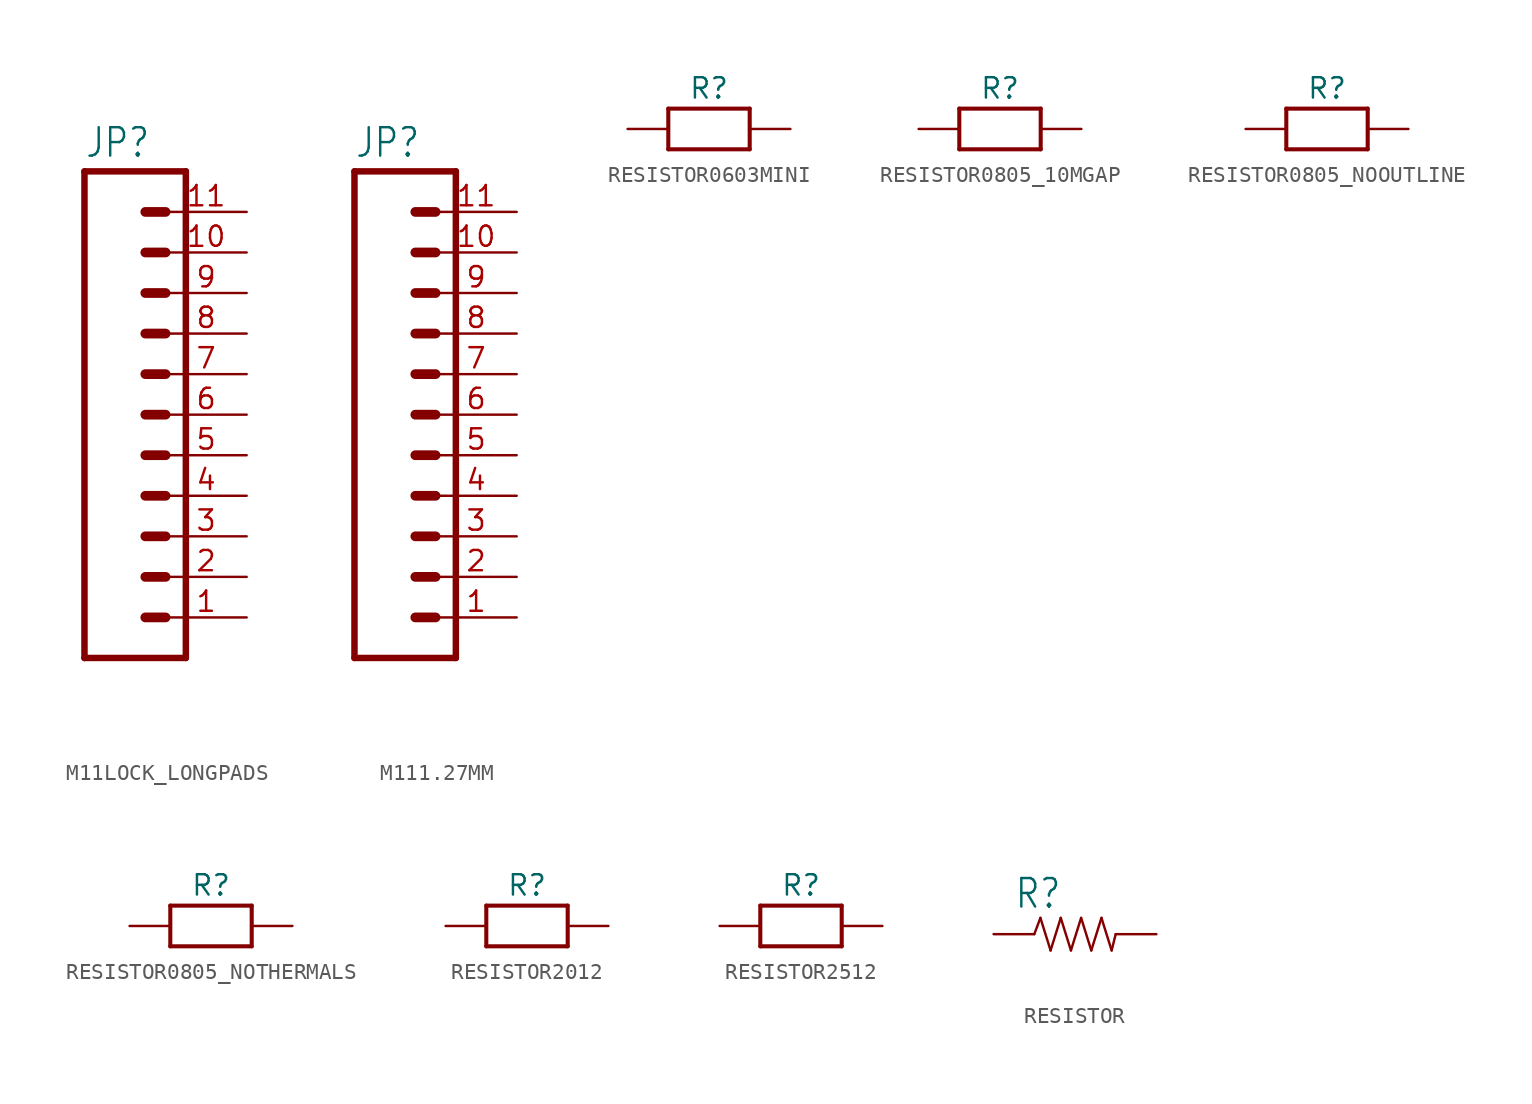
<source format=kicad_sym>
(kicad_symbol_lib
  (version 20231120)
  (generator "kicad_symbol_editor")
  (generator_version "8.0")
  (symbol "M11LOCK_LONGPADS"
    (property "Reference" "JP"
      (at 0 16.002 0)
      (effects (font (size 1.778 1.511)) (justify left bottom)))
    (property "Value" ""
      (at 0 -17.78 0)
      (effects (font (size 1.778 1.511)) (justify left bottom)))
    (property "ki_locked" ""
      (at 0 0 0)
      (effects (font (size 1.27 1.27))))
    (symbol "M11LOCK_LONGPADS_1_0"
      (polyline (pts (xy 0 15.24) (xy 0 -15.24)) (stroke (width 0.406) (type solid)) (fill (type none)))
      (polyline (pts (xy 0 15.24) (xy 6.35 15.24)) (stroke (width 0.406) (type solid)) (fill (type none)))
      (polyline (pts (xy 3.81 -12.7) (xy 5.08 -12.7)) (stroke (width 0.61) (type solid)) (fill (type none)))
      (polyline (pts (xy 3.81 -10.16) (xy 5.08 -10.16)) (stroke (width 0.61) (type solid)) (fill (type none)))
      (polyline (pts (xy 3.81 -7.62) (xy 5.08 -7.62)) (stroke (width 0.61) (type solid)) (fill (type none)))
      (polyline (pts (xy 3.81 -5.08) (xy 5.08 -5.08)) (stroke (width 0.61) (type solid)) (fill (type none)))
      (polyline (pts (xy 3.81 -2.54) (xy 5.08 -2.54)) (stroke (width 0.61) (type solid)) (fill (type none)))
      (polyline (pts (xy 3.81 0) (xy 5.08 0)) (stroke (width 0.61) (type solid)) (fill (type none)))
      (polyline (pts (xy 3.81 2.54) (xy 5.08 2.54)) (stroke (width 0.61) (type solid)) (fill (type none)))
      (polyline (pts (xy 3.81 5.08) (xy 5.08 5.08)) (stroke (width 0.61) (type solid)) (fill (type none)))
      (polyline (pts (xy 3.81 7.62) (xy 5.08 7.62)) (stroke (width 0.61) (type solid)) (fill (type none)))
      (polyline (pts (xy 3.81 10.16) (xy 5.08 10.16)) (stroke (width 0.61) (type solid)) (fill (type none)))
      (polyline (pts (xy 3.81 12.7) (xy 5.08 12.7)) (stroke (width 0.61) (type solid)) (fill (type none)))
      (polyline (pts (xy 6.35 -15.24) (xy 0 -15.24)) (stroke (width 0.406) (type solid)) (fill (type none)))
      (polyline (pts (xy 6.35 -15.24) (xy 6.35 15.24)) (stroke (width 0.406) (type solid)) (fill (type none)))
      (pin passive line (at 10.16 -12.7 180) (length 5.08) (name "1" (effects (font (size 0 0)))) (number "1" (effects (font (size 1.27 1.27)))))
      (pin passive line (at 10.16 10.16 180) (length 5.08) (name "10" (effects (font (size 0 0)))) (number "10" (effects (font (size 1.27 1.27)))))
      (pin passive line (at 10.16 12.7 180) (length 5.08) (name "11" (effects (font (size 0 0)))) (number "11" (effects (font (size 1.27 1.27)))))
      (pin passive line (at 10.16 -10.16 180) (length 5.08) (name "2" (effects (font (size 0 0)))) (number "2" (effects (font (size 1.27 1.27)))))
      (pin passive line (at 10.16 -7.62 180) (length 5.08) (name "3" (effects (font (size 0 0)))) (number "3" (effects (font (size 1.27 1.27)))))
      (pin passive line (at 10.16 -5.08 180) (length 5.08) (name "4" (effects (font (size 0 0)))) (number "4" (effects (font (size 1.27 1.27)))))
      (pin passive line (at 10.16 -2.54 180) (length 5.08) (name "5" (effects (font (size 0 0)))) (number "5" (effects (font (size 1.27 1.27)))))
      (pin passive line (at 10.16 0 180) (length 5.08) (name "6" (effects (font (size 0 0)))) (number "6" (effects (font (size 1.27 1.27)))))
      (pin passive line (at 10.16 2.54 180) (length 5.08) (name "7" (effects (font (size 0 0)))) (number "7" (effects (font (size 1.27 1.27)))))
      (pin passive line (at 10.16 5.08 180) (length 5.08) (name "8" (effects (font (size 0 0)))) (number "8" (effects (font (size 1.27 1.27)))))
      (pin passive line (at 10.16 7.62 180) (length 5.08) (name "9" (effects (font (size 0 0)))) (number "9" (effects (font (size 1.27 1.27)))))))
  (symbol "M111.27MM"
    (property "Reference" "JP"
      (at 0 16.002 0)
      (effects (font (size 1.778 1.511)) (justify left bottom)))
    (property "Value" ""
      (at 0 -17.78 0)
      (effects (font (size 1.778 1.511)) (justify left bottom)))
    (property "ki_locked" ""
      (at 0 0 0)
      (effects (font (size 1.27 1.27))))
    (symbol "M111.27MM_1_0"
      (polyline (pts (xy 0 15.24) (xy 0 -15.24)) (stroke (width 0.406) (type solid)) (fill (type none)))
      (polyline (pts (xy 0 15.24) (xy 6.35 15.24)) (stroke (width 0.406) (type solid)) (fill (type none)))
      (polyline (pts (xy 3.81 -12.7) (xy 5.08 -12.7)) (stroke (width 0.61) (type solid)) (fill (type none)))
      (polyline (pts (xy 3.81 -10.16) (xy 5.08 -10.16)) (stroke (width 0.61) (type solid)) (fill (type none)))
      (polyline (pts (xy 3.81 -7.62) (xy 5.08 -7.62)) (stroke (width 0.61) (type solid)) (fill (type none)))
      (polyline (pts (xy 3.81 -5.08) (xy 5.08 -5.08)) (stroke (width 0.61) (type solid)) (fill (type none)))
      (polyline (pts (xy 3.81 -2.54) (xy 5.08 -2.54)) (stroke (width 0.61) (type solid)) (fill (type none)))
      (polyline (pts (xy 3.81 0) (xy 5.08 0)) (stroke (width 0.61) (type solid)) (fill (type none)))
      (polyline (pts (xy 3.81 2.54) (xy 5.08 2.54)) (stroke (width 0.61) (type solid)) (fill (type none)))
      (polyline (pts (xy 3.81 5.08) (xy 5.08 5.08)) (stroke (width 0.61) (type solid)) (fill (type none)))
      (polyline (pts (xy 3.81 7.62) (xy 5.08 7.62)) (stroke (width 0.61) (type solid)) (fill (type none)))
      (polyline (pts (xy 3.81 10.16) (xy 5.08 10.16)) (stroke (width 0.61) (type solid)) (fill (type none)))
      (polyline (pts (xy 3.81 12.7) (xy 5.08 12.7)) (stroke (width 0.61) (type solid)) (fill (type none)))
      (polyline (pts (xy 6.35 -15.24) (xy 0 -15.24)) (stroke (width 0.406) (type solid)) (fill (type none)))
      (polyline (pts (xy 6.35 -15.24) (xy 6.35 15.24)) (stroke (width 0.406) (type solid)) (fill (type none)))
      (pin passive line (at 10.16 -12.7 180) (length 5.08) (name "1" (effects (font (size 0 0)))) (number "1" (effects (font (size 1.27 1.27)))))
      (pin passive line (at 10.16 10.16 180) (length 5.08) (name "10" (effects (font (size 0 0)))) (number "10" (effects (font (size 1.27 1.27)))))
      (pin passive line (at 10.16 12.7 180) (length 5.08) (name "11" (effects (font (size 0 0)))) (number "11" (effects (font (size 1.27 1.27)))))
      (pin passive line (at 10.16 -10.16 180) (length 5.08) (name "2" (effects (font (size 0 0)))) (number "2" (effects (font (size 1.27 1.27)))))
      (pin passive line (at 10.16 -7.62 180) (length 5.08) (name "3" (effects (font (size 0 0)))) (number "3" (effects (font (size 1.27 1.27)))))
      (pin passive line (at 10.16 -5.08 180) (length 5.08) (name "4" (effects (font (size 0 0)))) (number "4" (effects (font (size 1.27 1.27)))))
      (pin passive line (at 10.16 -2.54 180) (length 5.08) (name "5" (effects (font (size 0 0)))) (number "5" (effects (font (size 1.27 1.27)))))
      (pin passive line (at 10.16 0 180) (length 5.08) (name "6" (effects (font (size 0 0)))) (number "6" (effects (font (size 1.27 1.27)))))
      (pin passive line (at 10.16 2.54 180) (length 5.08) (name "7" (effects (font (size 0 0)))) (number "7" (effects (font (size 1.27 1.27)))))
      (pin passive line (at 10.16 5.08 180) (length 5.08) (name "8" (effects (font (size 0 0)))) (number "8" (effects (font (size 1.27 1.27)))))
      (pin passive line (at 10.16 7.62 180) (length 5.08) (name "9" (effects (font (size 0 0)))) (number "9" (effects (font (size 1.27 1.27)))))))
  (symbol "RESISTOR0603MINI"
    (property "Reference" "R"
      (at 0 2.54 0)
      (effects (font (size 1.27 1.27))))
    (property "Value" ""
      (at 0 0 0)
      (effects (font (size 1.016 1.016) (thickness 0.203) (bold yes))))
    (property "ki_locked" ""
      (at 0 0 0)
      (effects (font (size 1.27 1.27))))
    (symbol "RESISTOR0603MINI_1_0"
      (polyline (pts (xy -2.54 -1.27) (xy -2.54 1.27)) (stroke (width 0.254) (type solid)) (fill (type none)))
      (polyline (pts (xy -2.54 1.27) (xy 2.54 1.27)) (stroke (width 0.254) (type solid)) (fill (type none)))
      (polyline (pts (xy 2.54 -1.27) (xy -2.54 -1.27)) (stroke (width 0.254) (type solid)) (fill (type none)))
      (polyline (pts (xy 2.54 1.27) (xy 2.54 -1.27)) (stroke (width 0.254) (type solid)) (fill (type none)))
      (pin passive line (at -5.08 0 0) (length 2.54) (name "1" (effects (font (size 0 0)))) (number "1" (effects (font (size 0 0)))))
      (pin passive line (at 5.08 0 180) (length 2.54) (name "2" (effects (font (size 0 0)))) (number "2" (effects (font (size 0 0)))))))
  (symbol "RESISTOR0805_10MGAP"
    (property "Reference" "R"
      (at 0 2.54 0)
      (effects (font (size 1.27 1.27))))
    (property "Value" ""
      (at 0 0 0)
      (effects (font (size 1.016 1.016) (thickness 0.203) (bold yes))))
    (property "ki_locked" ""
      (at 0 0 0)
      (effects (font (size 1.27 1.27))))
    (symbol "RESISTOR0805_10MGAP_1_0"
      (polyline (pts (xy -2.54 -1.27) (xy -2.54 1.27)) (stroke (width 0.254) (type solid)) (fill (type none)))
      (polyline (pts (xy -2.54 1.27) (xy 2.54 1.27)) (stroke (width 0.254) (type solid)) (fill (type none)))
      (polyline (pts (xy 2.54 -1.27) (xy -2.54 -1.27)) (stroke (width 0.254) (type solid)) (fill (type none)))
      (polyline (pts (xy 2.54 1.27) (xy 2.54 -1.27)) (stroke (width 0.254) (type solid)) (fill (type none)))
      (pin passive line (at -5.08 0 0) (length 2.54) (name "1" (effects (font (size 0 0)))) (number "1" (effects (font (size 0 0)))))
      (pin passive line (at 5.08 0 180) (length 2.54) (name "2" (effects (font (size 0 0)))) (number "2" (effects (font (size 0 0)))))))
  (symbol "RESISTOR0805_NOOUTLINE"
    (property "Reference" "R"
      (at 0 2.54 0)
      (effects (font (size 1.27 1.27))))
    (property "Value" ""
      (at 0 0 0)
      (effects (font (size 1.016 1.016) (thickness 0.203) (bold yes))))
    (property "ki_locked" ""
      (at 0 0 0)
      (effects (font (size 1.27 1.27))))
    (symbol "RESISTOR0805_NOOUTLINE_1_0"
      (polyline (pts (xy -2.54 -1.27) (xy -2.54 1.27)) (stroke (width 0.254) (type solid)) (fill (type none)))
      (polyline (pts (xy -2.54 1.27) (xy 2.54 1.27)) (stroke (width 0.254) (type solid)) (fill (type none)))
      (polyline (pts (xy 2.54 -1.27) (xy -2.54 -1.27)) (stroke (width 0.254) (type solid)) (fill (type none)))
      (polyline (pts (xy 2.54 1.27) (xy 2.54 -1.27)) (stroke (width 0.254) (type solid)) (fill (type none)))
      (pin passive line (at -5.08 0 0) (length 2.54) (name "1" (effects (font (size 0 0)))) (number "1" (effects (font (size 0 0)))))
      (pin passive line (at 5.08 0 180) (length 2.54) (name "2" (effects (font (size 0 0)))) (number "2" (effects (font (size 0 0)))))))
  (symbol "RESISTOR0805_NOTHERMALS"
    (property "Reference" "R"
      (at 0 2.54 0)
      (effects (font (size 1.27 1.27))))
    (property "Value" ""
      (at 0 0 0)
      (effects (font (size 1.016 1.016) (thickness 0.203) (bold yes))))
    (property "ki_locked" ""
      (at 0 0 0)
      (effects (font (size 1.27 1.27))))
    (symbol "RESISTOR0805_NOTHERMALS_1_0"
      (polyline (pts (xy -2.54 -1.27) (xy -2.54 1.27)) (stroke (width 0.254) (type solid)) (fill (type none)))
      (polyline (pts (xy -2.54 1.27) (xy 2.54 1.27)) (stroke (width 0.254) (type solid)) (fill (type none)))
      (polyline (pts (xy 2.54 -1.27) (xy -2.54 -1.27)) (stroke (width 0.254) (type solid)) (fill (type none)))
      (polyline (pts (xy 2.54 1.27) (xy 2.54 -1.27)) (stroke (width 0.254) (type solid)) (fill (type none)))
      (pin passive line (at -5.08 0 0) (length 2.54) (name "1" (effects (font (size 0 0)))) (number "1" (effects (font (size 0 0)))))
      (pin passive line (at 5.08 0 180) (length 2.54) (name "2" (effects (font (size 0 0)))) (number "2" (effects (font (size 0 0)))))))
  (symbol "RESISTOR2012"
    (property "Reference" "R"
      (at 0 2.54 0)
      (effects (font (size 1.27 1.27))))
    (property "Value" ""
      (at 0 0 0)
      (effects (font (size 1.016 1.016) (thickness 0.203) (bold yes))))
    (property "ki_locked" ""
      (at 0 0 0)
      (effects (font (size 1.27 1.27))))
    (symbol "RESISTOR2012_1_0"
      (polyline (pts (xy -2.54 -1.27) (xy -2.54 1.27)) (stroke (width 0.254) (type solid)) (fill (type none)))
      (polyline (pts (xy -2.54 1.27) (xy 2.54 1.27)) (stroke (width 0.254) (type solid)) (fill (type none)))
      (polyline (pts (xy 2.54 -1.27) (xy -2.54 -1.27)) (stroke (width 0.254) (type solid)) (fill (type none)))
      (polyline (pts (xy 2.54 1.27) (xy 2.54 -1.27)) (stroke (width 0.254) (type solid)) (fill (type none)))
      (pin passive line (at -5.08 0 0) (length 2.54) (name "1" (effects (font (size 0 0)))) (number "1" (effects (font (size 0 0)))))
      (pin passive line (at 5.08 0 180) (length 2.54) (name "2" (effects (font (size 0 0)))) (number "2" (effects (font (size 0 0)))))))
  (symbol "RESISTOR2512"
    (property "Reference" "R"
      (at 0 2.54 0)
      (effects (font (size 1.27 1.27))))
    (property "Value" ""
      (at 0 0 0)
      (effects (font (size 1.016 1.016) (thickness 0.203) (bold yes))))
    (property "ki_locked" ""
      (at 0 0 0)
      (effects (font (size 1.27 1.27))))
    (symbol "RESISTOR2512_1_0"
      (polyline (pts (xy -2.54 -1.27) (xy -2.54 1.27)) (stroke (width 0.254) (type solid)) (fill (type none)))
      (polyline (pts (xy -2.54 1.27) (xy 2.54 1.27)) (stroke (width 0.254) (type solid)) (fill (type none)))
      (polyline (pts (xy 2.54 -1.27) (xy -2.54 -1.27)) (stroke (width 0.254) (type solid)) (fill (type none)))
      (polyline (pts (xy 2.54 1.27) (xy 2.54 -1.27)) (stroke (width 0.254) (type solid)) (fill (type none)))
      (pin passive line (at -5.08 0 0) (length 2.54) (name "1" (effects (font (size 0 0)))) (number "1" (effects (font (size 0 0)))))
      (pin passive line (at 5.08 0 180) (length 2.54) (name "2" (effects (font (size 0 0)))) (number "2" (effects (font (size 0 0)))))))
  (symbol "RESISTOR"
    (property "Reference" "R"
      (at -3.81 1.499 0)
      (effects (font (size 1.778 1.511)) (justify left bottom)))
    (property "Value" ""
      (at -3.81 -3.302 0)
      (effects (font (size 1.778 1.511)) (justify left bottom)))
    (property "ki_locked" ""
      (at 0 0 0)
      (effects (font (size 1.27 1.27))))
    (symbol "RESISTOR_1_0"
      (polyline (pts (xy -2.54 0) (xy -2.159 1.016)) (stroke (width 0.152) (type solid)) (fill (type none)))
      (polyline (pts (xy -2.159 1.016) (xy -1.524 -1.016)) (stroke (width 0.152) (type solid)) (fill (type none)))
      (polyline (pts (xy -1.524 -1.016) (xy -0.889 1.016)) (stroke (width 0.152) (type solid)) (fill (type none)))
      (polyline (pts (xy -0.889 1.016) (xy -0.254 -1.016)) (stroke (width 0.152) (type solid)) (fill (type none)))
      (polyline (pts (xy -0.254 -1.016) (xy 0.381 1.016)) (stroke (width 0.152) (type solid)) (fill (type none)))
      (polyline (pts (xy 0.381 1.016) (xy 1.016 -1.016)) (stroke (width 0.152) (type solid)) (fill (type none)))
      (polyline (pts (xy 1.016 -1.016) (xy 1.651 1.016)) (stroke (width 0.152) (type solid)) (fill (type none)))
      (polyline (pts (xy 1.651 1.016) (xy 2.286 -1.016)) (stroke (width 0.152) (type solid)) (fill (type none)))
      (polyline (pts (xy 2.286 -1.016) (xy 2.54 0)) (stroke (width 0.152) (type solid)) (fill (type none)))
      (pin passive line (at -5.08 0 0) (length 2.54) (name "1" (effects (font (size 0 0)))) (number "1" (effects (font (size 0 0)))))
      (pin passive line (at 5.08 0 180) (length 2.54) (name "2" (effects (font (size 0 0)))) (number "2" (effects (font (size 0 0))))))))
</source>
